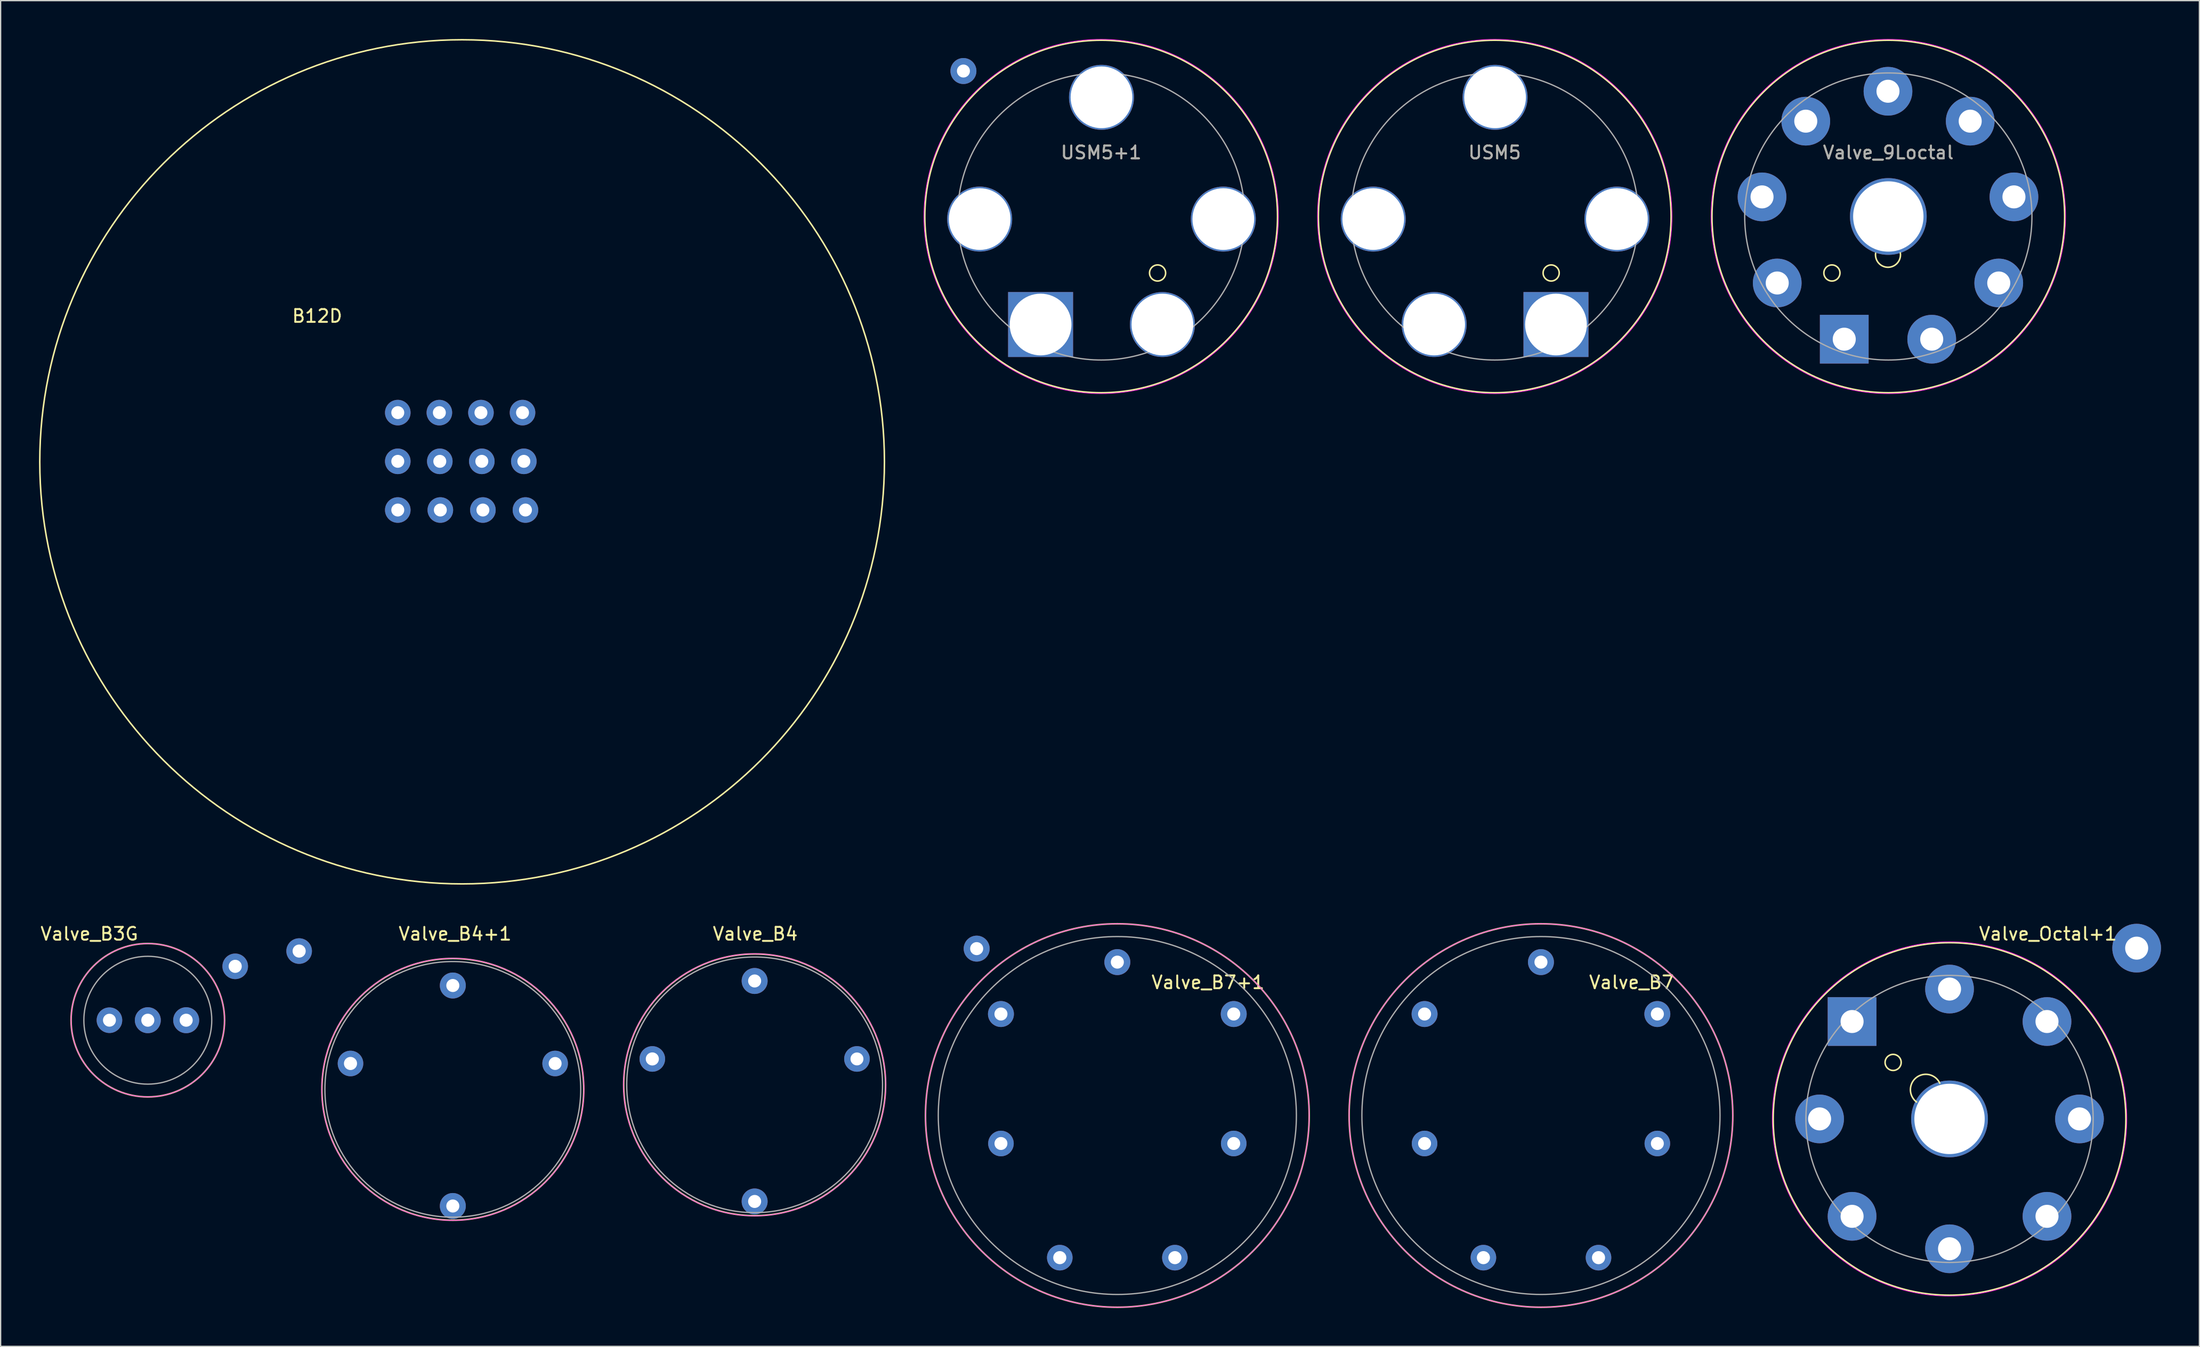
<source format=kicad_pcb>
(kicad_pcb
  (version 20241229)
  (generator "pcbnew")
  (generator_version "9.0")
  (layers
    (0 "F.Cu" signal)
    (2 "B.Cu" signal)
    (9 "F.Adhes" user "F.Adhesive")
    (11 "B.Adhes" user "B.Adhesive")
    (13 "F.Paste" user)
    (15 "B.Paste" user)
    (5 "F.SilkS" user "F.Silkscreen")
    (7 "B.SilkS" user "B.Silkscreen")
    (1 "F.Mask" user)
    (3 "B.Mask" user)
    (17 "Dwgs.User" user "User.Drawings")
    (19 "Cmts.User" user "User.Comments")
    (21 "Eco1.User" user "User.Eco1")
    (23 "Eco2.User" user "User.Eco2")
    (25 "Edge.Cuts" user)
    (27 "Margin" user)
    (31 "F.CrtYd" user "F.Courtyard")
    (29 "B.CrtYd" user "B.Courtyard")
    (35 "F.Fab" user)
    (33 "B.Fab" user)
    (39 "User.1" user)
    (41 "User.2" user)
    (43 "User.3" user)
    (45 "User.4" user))
  (footprint "B12D"
    (layer "F.Cu")
    (at 33.08 33.08)
    (property "Reference" "B12D" (at -11.328 -11.405 0) (layer "F.SilkS") (effects (font (size 1 1) (thickness 0.15))))
    (attr through_hole)
    (fp_circle (center 0 0) (end 33.02 0) (stroke (width 0.12) (type solid)) (fill no) (layer "F.SilkS"))
    (pad "1" thru_hole circle (at -5.029 -3.849) (size 2 2) (drill 1.012) (layers "*.Cu" "*.Mask"))
    (pad "2" thru_hole circle (at -1.778 -3.849) (size 2 2) (drill 1.012) (layers "*.Cu" "*.Mask"))
    (pad "3" thru_hole circle (at 1.473 -3.849) (size 2 2) (drill 1.012) (layers "*.Cu" "*.Mask"))
    (pad "4" thru_hole circle (at 4.724 -3.849) (size 2 2) (drill 1.012) (layers "*.Cu" "*.Mask"))
    (pad "5" thru_hole circle (at -5.029 -0.039) (size 2 2) (drill 1.012) (layers "*.Cu" "*.Mask"))
    (pad "6" thru_hole circle (at -1.744 -0.039) (size 2 2) (drill 1.012) (layers "*.Cu" "*.Mask"))
    (pad "7" thru_hole circle (at 1.541 -0.039) (size 2 2) (drill 1.012) (layers "*.Cu" "*.Mask"))
    (pad "8" thru_hole circle (at 4.826 -0.039) (size 2 2) (drill 1.012) (layers "*.Cu" "*.Mask"))
    (pad "9" thru_hole circle (at -5.029 3.771) (size 2 2) (drill 1.012) (layers "*.Cu" "*.Mask"))
    (pad "10" thru_hole circle (at -1.702 3.771) (size 2 2) (drill 1.012) (layers "*.Cu" "*.Mask"))
    (pad "11" thru_hole circle (at 1.626 3.771) (size 2 2) (drill 1.012) (layers "*.Cu" "*.Mask"))
    (pad "12" thru_hole circle (at 4.953 3.771) (size 2 2) (drill 1.012) (layers "*.Cu" "*.Mask")))
  (footprint "Valve_B7"
    (layer "F.Cu")
    (at 117.126 84.22)
    (property "Reference" "Valve_B7" (at 7.391 -10.414 0) (layer "F.SilkS") (effects (font (size 1 1) (thickness 0.15))))
    (attr through_hole)
    (fp_circle (center 0.305 0) (end -14.695 0) (stroke (width 0.12) (type solid)) (fill no) (layer "F.SilkS"))
    (fp_circle (center 0.305 0) (end -14.695 0) (stroke (width 0.05) (type solid)) (fill no) (layer "F.CrtYd"))
    (fp_circle (center 0.305 0) (end -13.695 0) (stroke (width 0.1) (type solid)) (fill no) (layer "F.Fab"))
    (pad "1" thru_hole circle (at 0.305 -12) (size 2.03 2.03) (drill 1.02) (layers "*.Cu" "*.Mask"))
    (pad "2" thru_hole circle (at -8.795 -7.94) (size 2.03 2.03) (drill 1.02) (layers "*.Cu" "*.Mask"))
    (pad "3" thru_hole circle (at -8.795 2.19) (size 2 2) (drill 1.012) (layers "*.Cu" "*.Mask"))
    (pad "4" thru_hole circle (at -4.195 11.12) (size 2 2) (drill 1.025) (layers "*.Cu" "*.Mask"))
    (pad "5" thru_hole circle (at 4.805 11.12) (size 2 2) (drill 1.025) (layers "*.Cu" "*.Mask"))
    (pad "6" thru_hole circle (at 9.405 2.19) (size 2 2) (drill 1.012) (layers "*.Cu" "*.Mask"))
    (pad "7" thru_hole circle (at 9.405 -7.94) (size 2.03 2.03) (drill 1.02) (layers "*.Cu" "*.Mask")))
  (footprint "Valve_9Loctal"
    (layer "F.Cu")
    (at 144.615 13.886)
    (property "Reference" "Valve_9Loctal" (at -0.025 -5 0) (layer "F.SilkS") (effects (font (size 1 1) (thickness 0.15))))
    (attr through_hole)
    (fp_arc (start 0.9144 2.8448) (mid -0.035046 3.974231) (end -1.020412 2.875998) (stroke (width 0.12) (type solid)) (layer "F.SilkS"))
    (fp_circle (center -4.435 4.42) (end -4.875 4.87) (stroke (width 0.12) (type solid)) (fill no) (layer "F.SilkS"))
    (fp_circle (center -0.025 0) (end -9.775 9.75) (stroke (width 0.12) (type solid)) (fill no) (layer "F.SilkS"))
    (fp_circle (center -0.025 0) (end -10.775 8.75) (stroke (width 0.05) (type solid)) (fill no) (layer "F.CrtYd"))
    (fp_circle (center -0.025 0) (end 7.915 7.94) (stroke (width 0.1) (type solid)) (fill no) (layer "F.Fab"))
    (fp_text user "${REFERENCE}" (at -0.025 -5 0) (layer "F.Fab") (effects (font (size 1 1) (thickness 0.15))))
    (pad "" thru_hole circle (at -0.025 0) (size 6 6) (drill 5.5) (layers "*.Cu" "*.Mask"))
    (pad "1" thru_hole rect (at -3.471 9.6) (size 3.81 3.81) (drill 1.8) (layers "*.Cu" "*.Mask"))
    (pad "2" thru_hole circle (at -8.711 5.203 200) (size 3.81 3.81) (drill 1.8) (layers "*.Cu" "*.Mask"))
    (pad "3" thru_hole circle (at -9.899 -1.533 260) (size 3.81 3.81) (drill 1.8) (layers "*.Cu" "*.Mask"))
    (pad "4" thru_hole circle (at -6.479 -7.457 120) (size 3.81 3.81) (drill 1.8) (layers "*.Cu" "*.Mask"))
    (pad "5" thru_hole circle (at -0.051 -9.797 300) (size 3.81 3.81) (drill 1.8) (layers "*.Cu" "*.Mask"))
    (pad "6" thru_hole circle (at 6.377 -7.457 140) (size 3.81 3.81) (drill 1.8) (layers "*.Cu" "*.Mask"))
    (pad "7" thru_hole circle (at 9.797 -1.533 100) (size 3.81 3.81) (drill 1.8) (layers "*.Cu" "*.Mask"))
    (pad "8" thru_hole circle (at 8.609 5.203 60) (size 3.81 3.81) (drill 1.8) (layers "*.Cu" "*.Mask"))
    (pad "9" thru_hole circle (at 3.369 9.6 20) (size 3.81 3.81) (drill 1.8) (layers "*.Cu" "*.Mask")))
  (footprint "Valve_B4"
    (layer "F.Cu")
    (at 55.977 80.803)
    (property "Reference" "Valve_B4" (at 0.025 -10.795 0) (layer "F.SilkS") (effects (font (size 1 1) (thickness 0.15))))
    (attr through_hole)
    (fp_circle (center -0.025 1.016) (end -10.264 1.016) (stroke (width 0.12) (type solid)) (fill no) (layer "F.SilkS"))
    (fp_circle (center -0.025 1.016) (end -10.275 1.016) (stroke (width 0.05) (type solid)) (fill no) (layer "F.CrtYd"))
    (fp_circle (center -0.025 1.016) (end -10.025 1.016) (stroke (width 0.1) (type solid)) (fill no) (layer "F.Fab"))
    (pad "1" thru_hole circle (at -0.025 10.141) (size 2.03 2.03) (drill 1.02) (layers "*.Cu" "*.Mask"))
    (pad "2" thru_hole circle (at -0.025 -7.109) (size 2.03 2.03) (drill 1.02) (layers "*.Cu" "*.Mask"))
    (pad "3" thru_hole circle (at 7.975 -1.009) (size 2 2) (drill 1.012) (layers "*.Cu" "*.Mask"))
    (pad "4" thru_hole circle (at -8.025 -1.009) (size 2 2) (drill 1.025) (layers "*.Cu" "*.Mask")))
  (footprint "Valve_Octal+1"
    (layer "F.Cu")
    (at 149.3 84.512)
    (property "Reference" "Valve_Octal+1" (at 7.772 -14.503 0) (layer "F.SilkS") (effects (font (size 1 1) (thickness 0.15))))
    (attr through_hole)
    (fp_arc (start -2.500736 -1.347753) (mid -2.536658 -3.247029) (end -0.685801 -2.819399) (stroke (width 0.12) (type solid)) (layer "F.SilkS"))
    (fp_circle (center -4.334 -4.445) (end -4.774 -4.895) (stroke (width 0.12) (type solid)) (fill no) (layer "F.SilkS"))
    (fp_circle (center 0.076 -0.025) (end 9.826 -9.775) (stroke (width 0.12) (type solid)) (fill no) (layer "F.SilkS"))
    (fp_circle (center 0.076 -0.025) (end 8.826 -10.775) (stroke (width 0.05) (type solid)) (fill no) (layer "F.CrtYd"))
    (fp_circle (center 0.076 -0.025) (end 8.016 -7.965) (stroke (width 0.1) (type solid)) (fill no) (layer "F.Fab"))
    (pad "" thru_hole circle (at 0.076 -0.025 180) (size 6 6) (drill 5.5) (layers "*.Cu" "*.Mask"))
    (pad "1" thru_hole rect (at -7.544 -7.645 180) (size 3.81 3.81) (drill 1.8) (layers "*.Cu" "*.Mask"))
    (pad "2" thru_hole circle (at -10.084 -0.025 180) (size 3.81 3.81) (drill 1.8) (layers "*.Cu" "*.Mask"))
    (pad "3" thru_hole circle (at -7.544 7.595 180) (size 3.81 3.81) (drill 1.8) (layers "*.Cu" "*.Mask"))
    (pad "4" thru_hole circle (at 0.076 10.135 180) (size 3.81 3.81) (drill 1.8) (layers "*.Cu" "*.Mask"))
    (pad "5" thru_hole circle (at 7.696 7.595 180) (size 3.81 3.81) (drill 1.8) (layers "*.Cu" "*.Mask"))
    (pad "6" thru_hole circle (at 10.236 -0.025 180) (size 3.81 3.81) (drill 1.8) (layers "*.Cu" "*.Mask"))
    (pad "7" thru_hole circle (at 7.696 -7.645 180) (size 3.81 3.81) (drill 1.8) (layers "*.Cu" "*.Mask"))
    (pad "8" thru_hole circle (at 0.076 -10.185 180) (size 3.81 3.81) (drill 1.8) (layers "*.Cu" "*.Mask"))
    (pad "9" thru_hole circle (at 14.707 -13.386) (size 3.81 3.81) (drill 1.8) (layers "*.Cu" "*.Mask")))
  (footprint "Valve_B7+1"
    (layer "F.Cu")
    (at 84.361 84.22)
    (property "Reference" "Valve_B7+1" (at 7.036 -10.414 0) (layer "F.SilkS") (effects (font (size 1 1) (thickness 0.15))))
    (attr through_hole)
    (fp_circle (center -0.051 0) (end -15.051 0) (stroke (width 0.12) (type solid)) (fill no) (layer "F.SilkS"))
    (fp_circle (center -0.051 0) (end -15.051 0) (stroke (width 0.05) (type solid)) (fill no) (layer "F.CrtYd"))
    (fp_circle (center -0.051 0) (end -14.051 0) (stroke (width 0.1) (type solid)) (fill no) (layer "F.Fab"))
    (pad "1" thru_hole circle (at -0.051 -12) (size 2.03 2.03) (drill 1.02) (layers "*.Cu" "*.Mask"))
    (pad "2" thru_hole circle (at -9.151 -7.94) (size 2.03 2.03) (drill 1.02) (layers "*.Cu" "*.Mask"))
    (pad "3" thru_hole circle (at -9.151 2.19) (size 2 2) (drill 1.012) (layers "*.Cu" "*.Mask"))
    (pad "4" thru_hole circle (at -4.551 11.12) (size 2 2) (drill 1.025) (layers "*.Cu" "*.Mask"))
    (pad "5" thru_hole circle (at 4.449 11.12) (size 2 2) (drill 1.025) (layers "*.Cu" "*.Mask"))
    (pad "6" thru_hole circle (at 9.049 2.19) (size 2 2) (drill 1.012) (layers "*.Cu" "*.Mask"))
    (pad "7" thru_hole circle (at 9.049 -7.94) (size 2.03 2.03) (drill 1.02) (layers "*.Cu" "*.Mask"))
    (pad "8" thru_hole circle (at -11.049 -13.056) (size 2.03 2.03) (drill 1.02) (layers "*.Cu" "*.Mask")))
  (footprint "Valve_B4+1"
    (layer "F.Cu")
    (at 32.506 82.175)
    (property "Reference" "Valve_B4+1" (at 0.025 -12.167 0) (layer "F.SilkS") (effects (font (size 1 1) (thickness 0.15))))
    (attr through_hole)
    (fp_circle (center -0.152 0) (end -10.391 0) (stroke (width 0.12) (type solid)) (fill no) (layer "F.SilkS"))
    (fp_circle (center -0.152 0) (end -10.402 0) (stroke (width 0.05) (type solid)) (fill no) (layer "F.CrtYd"))
    (fp_circle (center -0.152 0) (end -10.152 0) (stroke (width 0.1) (type solid)) (fill no) (layer "F.Fab"))
    (pad "1" thru_hole circle (at -0.152 9.125) (size 2.03 2.03) (drill 1.02) (layers "*.Cu" "*.Mask"))
    (pad "2" thru_hole circle (at -0.152 -8.125) (size 2.03 2.03) (drill 1.02) (layers "*.Cu" "*.Mask"))
    (pad "3" thru_hole circle (at 7.848 -2.025) (size 2 2) (drill 1.012) (layers "*.Cu" "*.Mask"))
    (pad "4" thru_hole circle (at -8.152 -2.025) (size 2 2) (drill 1.025) (layers "*.Cu" "*.Mask"))
    (pad "5" thru_hole circle (at -12.167 -10.82) (size 2 2) (drill 1.025) (layers "*.Cu" "*.Mask")))
  (footprint "USM5+1"
    (layer "F.Cu")
    (at 83.071 14.089)
    (property "Reference" "USM5+1" (at -0.025 -5.203 0) (layer "F.SilkS") (effects (font (size 1 1) (thickness 0.15))))
    (attr through_hole)
    (fp_circle (center -0.025 -0.203) (end 9.725 9.547) (stroke (width 0.12) (type solid)) (fill no) (layer "F.SilkS"))
    (fp_circle (center 4.385 4.217) (end 4.825 4.667) (stroke (width 0.12) (type solid)) (fill no) (layer "F.SilkS"))
    (fp_circle (center -0.025 -0.203) (end 10.725 8.547) (stroke (width 0.05) (type solid)) (fill no) (layer "F.CrtYd"))
    (fp_circle (center -0.025 -0.203) (end -7.965 7.737) (stroke (width 0.1) (type solid)) (fill no) (layer "F.Fab"))
    (fp_text user "${REFERENCE}" (at -0.025 -5.203 0) (layer "F.Fab") (effects (font (size 1 1) (thickness 0.15))))
    (pad "1" thru_hole rect (at -4.762 8.249) (size 5.08 5.08) (drill 4.826) (layers "*.Cu" "*.Mask"))
    (pad "2" thru_hole circle (at -9.525 0 90) (size 5.08 5.08) (drill 4.826) (layers "*.Cu" "*.Mask"))
    (pad "3" thru_hole circle (at 0 -9.525 60) (size 5.08 5.08) (drill 4.826) (layers "*.Cu" "*.Mask"))
    (pad "4" thru_hole circle (at 9.525 0 270) (size 5.08 5.08) (drill 4.826) (layers "*.Cu" "*.Mask"))
    (pad "5" thru_hole circle (at 4.763 8.249 330) (size 5.08 5.08) (drill 4.826) (layers "*.Cu" "*.Mask"))
    (pad "6" thru_hole circle (at -10.795 -11.582 90) (size 2.032 2.032) (drill 1.016) (layers "*.Cu" "*.Mask")))
  (footprint "USM5"
    (layer "F.Cu")
    (at 113.843 14.089)
    (property "Reference" "USM5" (at -0.025 -5.203 0) (layer "F.SilkS") (effects (font (size 1 1) (thickness 0.15))))
    (attr through_hole)
    (fp_circle (center -0.025 -0.203) (end 9.725 9.547) (stroke (width 0.12) (type solid)) (fill no) (layer "F.SilkS"))
    (fp_circle (center 4.385 4.217) (end 4.825 4.667) (stroke (width 0.12) (type solid)) (fill no) (layer "F.SilkS"))
    (fp_circle (center -0.025 -0.203) (end 10.725 8.547) (stroke (width 0.05) (type solid)) (fill no) (layer "F.CrtYd"))
    (fp_circle (center -0.025 -0.203) (end -7.965 7.737) (stroke (width 0.1) (type solid)) (fill no) (layer "F.Fab"))
    (fp_text user "${REFERENCE}" (at -0.025 -5.203 0) (layer "F.Fab") (effects (font (size 1 1) (thickness 0.15))))
    (pad "1" thru_hole rect (at 4.762 8.249) (size 5.08 5.08) (drill 4.826) (layers "*.Cu" "*.Mask"))
    (pad "2" thru_hole circle (at -9.525 0 90) (size 5.08 5.08) (drill 4.826) (layers "*.Cu" "*.Mask"))
    (pad "3" thru_hole circle (at 0 -9.525 60) (size 5.08 5.08) (drill 4.826) (layers "*.Cu" "*.Mask"))
    (pad "4" thru_hole circle (at 9.525 0 270) (size 5.08 5.08) (drill 4.826) (layers "*.Cu" "*.Mask"))
    (pad "5" thru_hole circle (at -4.763 8.249 330) (size 5.08 5.08) (drill 4.826) (layers "*.Cu" "*.Mask")))
  (footprint "Valve_B3G"
    (layer "F.Cu")
    (at 8.507 76.765)
    (property "Reference" "Valve_B3G" (at -4.572 -6.756 0) (layer "F.SilkS") (effects (font (size 1 1) (thickness 0.15))))
    (attr through_hole)
    (fp_circle (center 0 0) (end 6 0) (stroke (width 0.12) (type solid)) (fill no) (layer "F.SilkS"))
    (fp_circle (center 0 0) (end 6 0) (stroke (width 0.05) (type solid)) (fill no) (layer "F.CrtYd"))
    (fp_circle (center 0 0) (end 5 0) (stroke (width 0.1) (type solid)) (fill no) (layer "F.Fab"))
    (pad "1" thru_hole circle (at 3 0) (size 2.03 2.03) (drill 1.02) (layers "*.Cu" "*.Mask"))
    (pad "2" thru_hole circle (at 0 0) (size 2.03 2.03) (drill 1.02) (layers "*.Cu" "*.Mask"))
    (pad "3" thru_hole circle (at -3 0) (size 2 2) (drill 1.012) (layers "*.Cu" "*.Mask"))
    (pad "4" thru_hole circle (at 6.833 -4.216) (size 2 2) (drill 1.025) (layers "*.Cu" "*.Mask")))
  (gr_rect
    (start -3 -3)
    (end 168.912 102.28)
    (stroke (width 0.1) (type default))
    (fill no)
    (layer "Edge.Cuts")))
</source>
